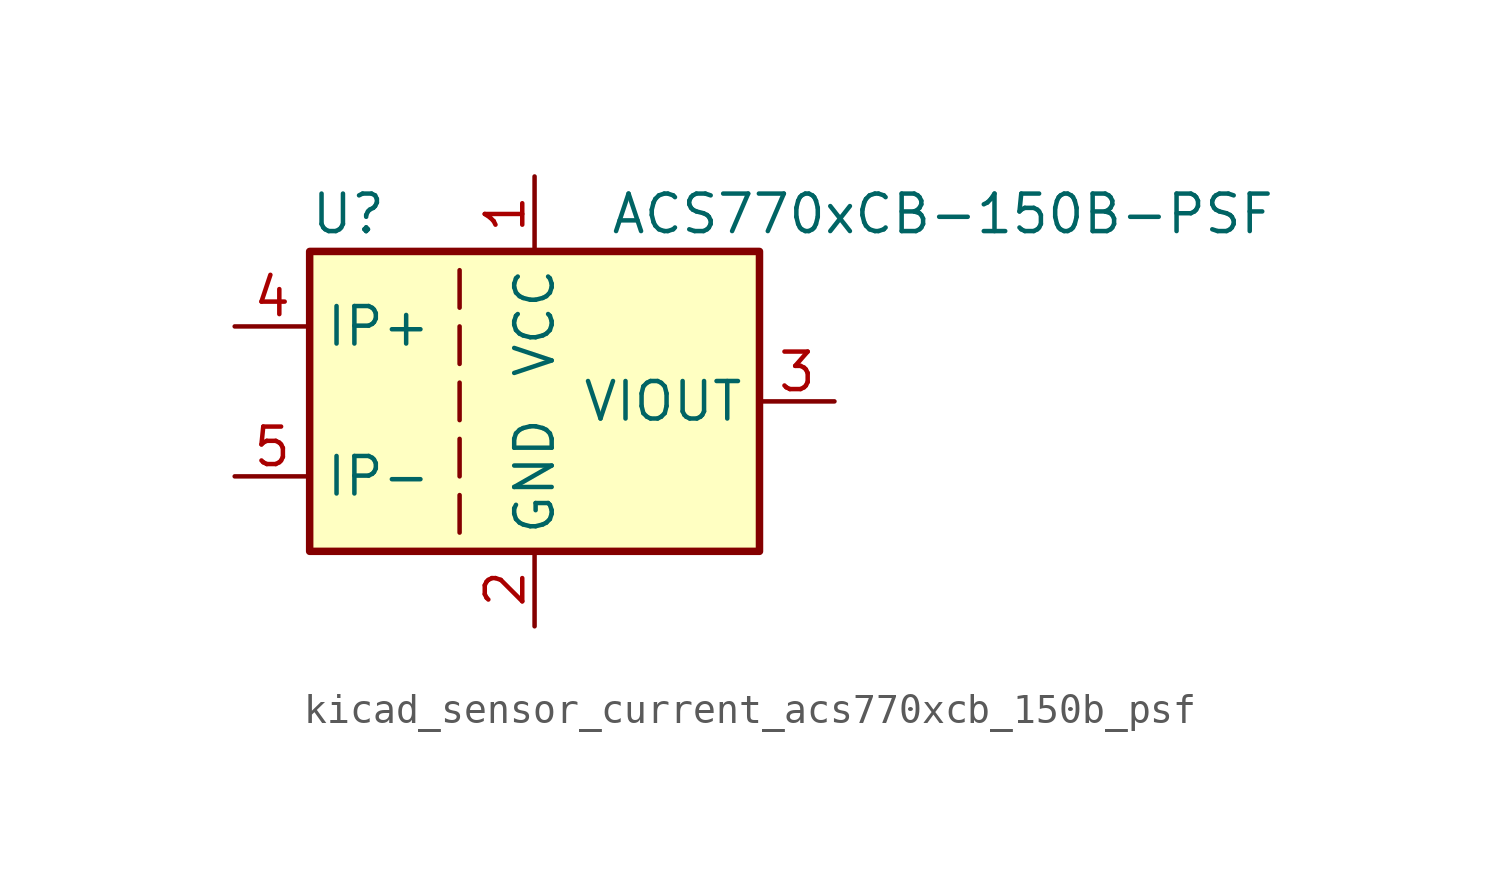
<source format=kicad_sym>
(kicad_symbol_lib
  (version 20220914)
  (generator kicad_symbol_editor)
  (symbol "kicad_sensor_current_acs770xcb_150b_psf"
    (property "Reference" "U"
      (at -7.62 6.35 0)
      (effects (font (size 1.27 1.27)) (justify left)))
    (property "Value" "ACS770xCB-150B-PSF"
      (at 2.54 6.35 0)
      (effects (font (size 1.27 1.27)) (justify left)))
    (symbol "kicad_sensor_current_acs770xcb_150b_psf_0_1"
      (rectangle (start -7.62 5.08) (end 7.62 -5.08) (stroke (width 0.254) (type default)) (fill (type background)))
      (polyline (pts (xy -2.54 -3.175) (xy -2.54 -4.445)) (stroke (width 0) (type default)) (fill (type none)))
      (polyline (pts (xy -2.54 -1.27) (xy -2.54 -2.54)) (stroke (width 0) (type default)) (fill (type none)))
      (polyline (pts (xy -2.54 0.635) (xy -2.54 -0.635)) (stroke (width 0) (type default)) (fill (type none)))
      (polyline (pts (xy -2.54 1.27) (xy -2.54 2.54)) (stroke (width 0) (type default)) (fill (type none)))
      (polyline (pts (xy -2.54 3.175) (xy -2.54 4.445)) (stroke (width 0) (type default)) (fill (type none))))
    (symbol "kicad_sensor_current_acs770xcb_150b_psf_1_1"
      (pin power_in line (at 0 7.62 270) (length 2.54) (name "VCC" (effects (font (size 1.27 1.27)))) (number "1" (effects (font (size 1.27 1.27)))))
      (pin power_in line (at 0 -7.62 90) (length 2.54) (name "GND" (effects (font (size 1.27 1.27)))) (number "2" (effects (font (size 1.27 1.27)))))
      (pin output line (at 10.16 0 180) (length 2.54) (name "VIOUT" (effects (font (size 1.27 1.27)))) (number "3" (effects (font (size 1.27 1.27)))))
      (pin passive line (at -10.16 2.54 0) (length 2.54) (name "IP+" (effects (font (size 1.27 1.27)))) (number "4" (effects (font (size 1.27 1.27)))))
      (pin passive line (at -10.16 -2.54 0) (length 2.54) (name "IP-" (effects (font (size 1.27 1.27)))) (number "5" (effects (font (size 1.27 1.27))))))))
</source>
